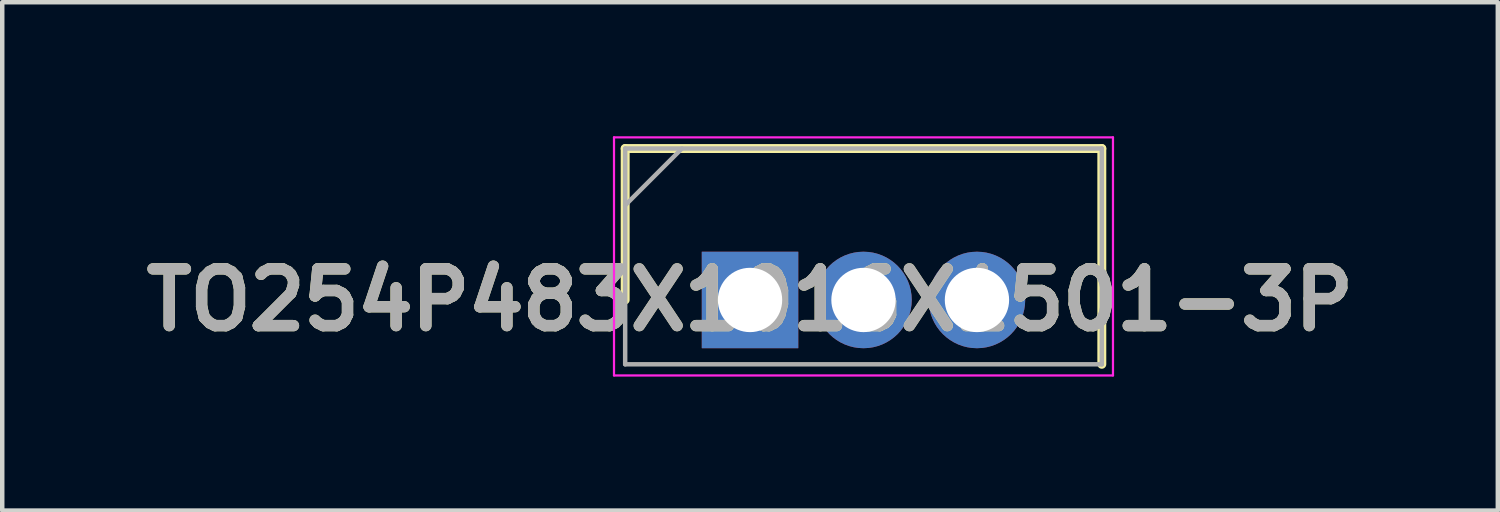
<source format=kicad_pcb>
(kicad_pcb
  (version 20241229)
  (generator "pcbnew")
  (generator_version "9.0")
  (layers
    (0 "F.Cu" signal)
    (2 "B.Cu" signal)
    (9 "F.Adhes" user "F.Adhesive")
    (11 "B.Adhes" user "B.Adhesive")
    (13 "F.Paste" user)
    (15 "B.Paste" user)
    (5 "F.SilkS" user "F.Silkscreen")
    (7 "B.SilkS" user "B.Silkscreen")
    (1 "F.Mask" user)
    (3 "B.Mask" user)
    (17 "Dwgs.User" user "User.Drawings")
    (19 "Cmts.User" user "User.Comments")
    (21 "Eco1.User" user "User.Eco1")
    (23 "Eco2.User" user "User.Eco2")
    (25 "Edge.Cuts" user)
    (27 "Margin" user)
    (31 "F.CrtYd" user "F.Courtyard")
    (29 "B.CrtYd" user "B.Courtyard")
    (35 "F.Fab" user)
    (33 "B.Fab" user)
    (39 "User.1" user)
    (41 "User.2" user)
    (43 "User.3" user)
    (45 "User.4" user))
  (footprint "TO254P483X1016X1501-3P"
    (layer "F.Cu")
    (at 13.74 3.665)
    (property "Reference" "TO254P483X1016X1501-3P" (at 0 0 0) (layer "F.SilkS") (effects (font (size 1.27 1.27) (thickness 0.254))))
    (attr through_hole)
    (fp_line (start -2.795 -3.39) (end -2.795 0) (stroke (width 0.2) (type solid)) (layer "F.SilkS"))
    (fp_line (start 7.875 -3.39) (end -2.795 -3.39) (stroke (width 0.2) (type solid)) (layer "F.SilkS"))
    (fp_line (start 7.875 1.44) (end 7.875 -3.39) (stroke (width 0.2) (type solid)) (layer "F.SilkS"))
    (fp_line (start -3.045 -3.64) (end 8.125 -3.64) (stroke (width 0.05) (type solid)) (layer "F.CrtYd"))
    (fp_line (start -3.045 1.69) (end -3.045 -3.64) (stroke (width 0.05) (type solid)) (layer "F.CrtYd"))
    (fp_line (start 8.125 -3.64) (end 8.125 1.69) (stroke (width 0.05) (type solid)) (layer "F.CrtYd"))
    (fp_line (start 8.125 1.69) (end -3.045 1.69) (stroke (width 0.05) (type solid)) (layer "F.CrtYd"))
    (fp_line (start -2.795 -3.39) (end 7.875 -3.39) (stroke (width 0.1) (type solid)) (layer "F.Fab"))
    (fp_line (start -2.795 -2.12) (end -1.525 -3.39) (stroke (width 0.1) (type solid)) (layer "F.Fab"))
    (fp_line (start -2.795 1.44) (end -2.795 -3.39) (stroke (width 0.1) (type solid)) (layer "F.Fab"))
    (fp_line (start 7.875 -3.39) (end 7.875 1.44) (stroke (width 0.1) (type solid)) (layer "F.Fab"))
    (fp_line (start 7.875 1.44) (end -2.795 1.44) (stroke (width 0.1) (type solid)) (layer "F.Fab"))
    (fp_text user "${REFERENCE}" (at 0 0 0) (layer "F.Fab") (effects (font (size 1.27 1.27) (thickness 0.254))))
    (pad "1" thru_hole rect (at 0 0) (size 2.16 2.16) (drill 1.44) (layers "*.Cu" "*.Mask"))
    (pad "2" thru_hole circle (at 2.54 0) (size 2.16 2.16) (drill 1.44) (layers "*.Cu" "*.Mask"))
    (pad "3" thru_hole circle (at 5.08 0) (size 2.16 2.16) (drill 1.44) (layers "*.Cu" "*.Mask")))
  (gr_rect
    (start -3 -3)
    (end 30.48 8.38)
    (stroke (width 0.1) (type default))
    (fill no)
    (layer "Edge.Cuts")))
</source>
